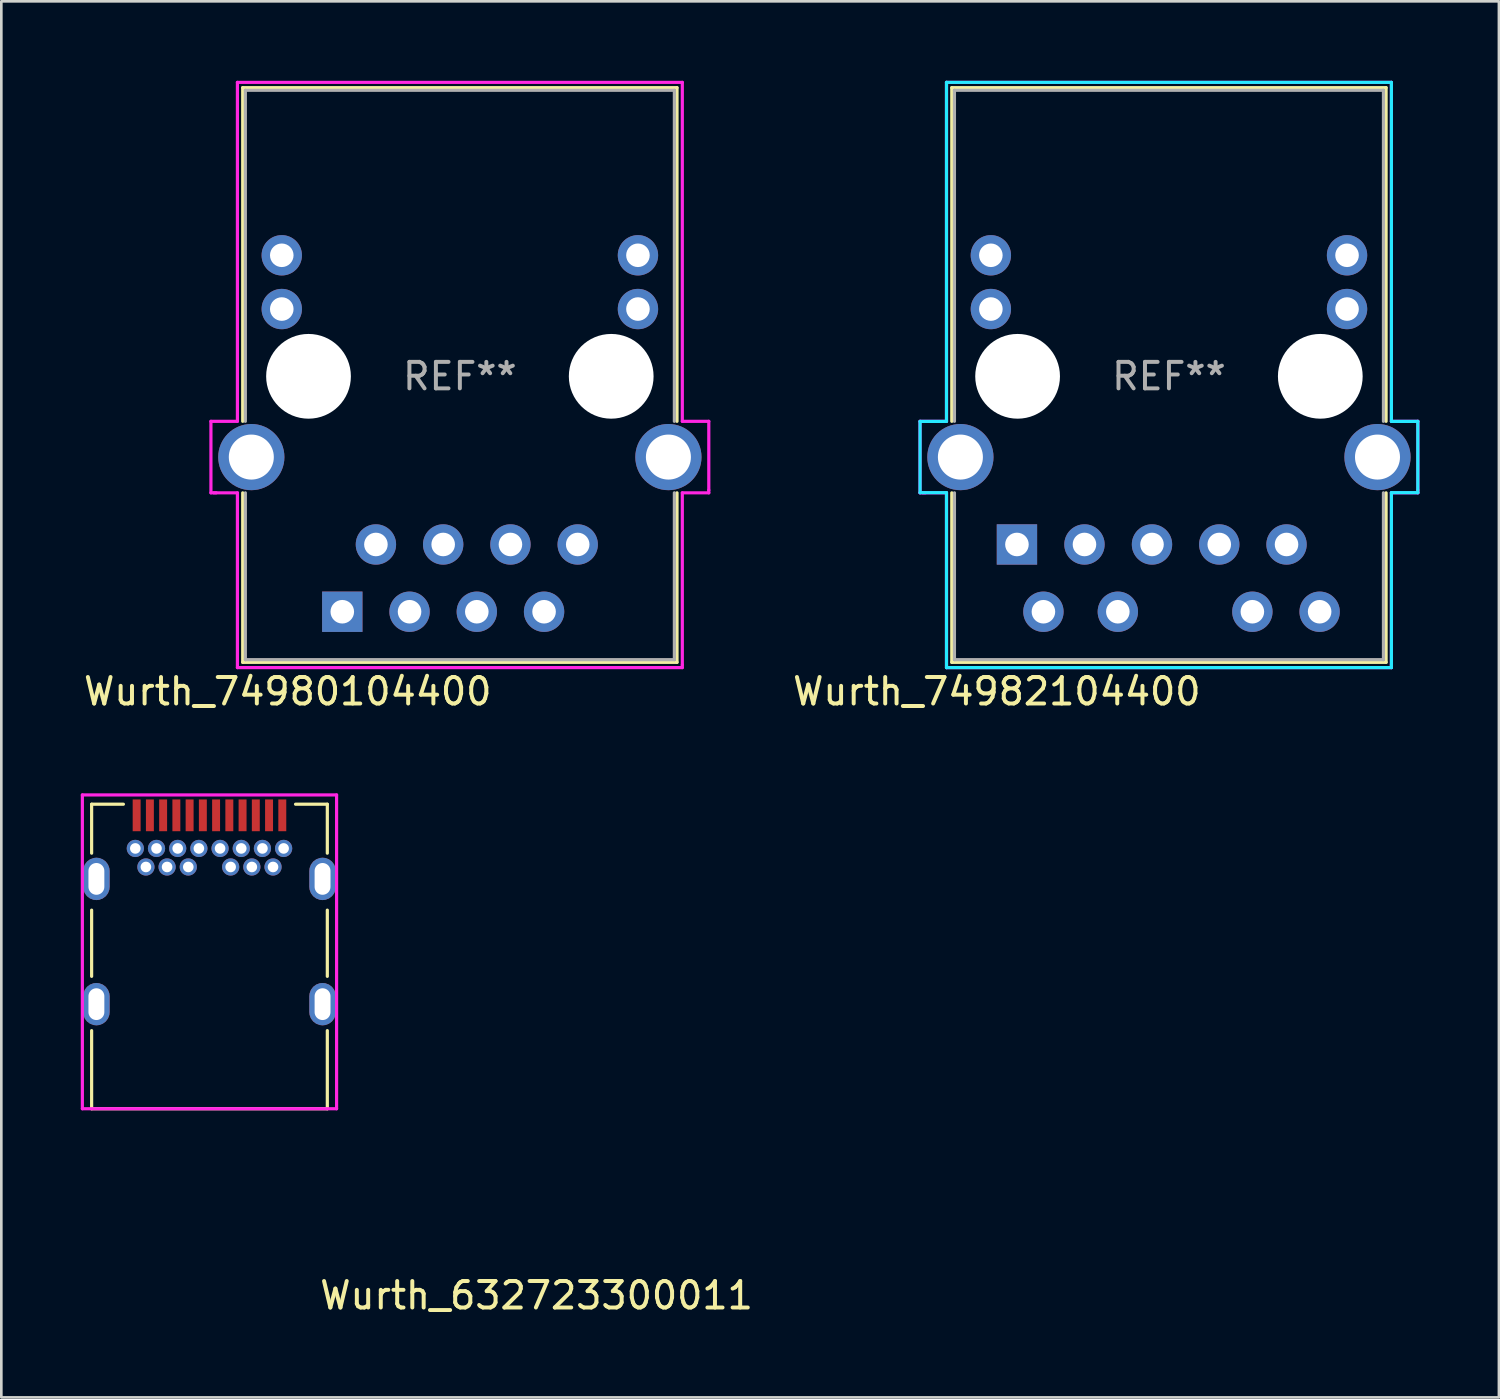
<source format=kicad_pcb>
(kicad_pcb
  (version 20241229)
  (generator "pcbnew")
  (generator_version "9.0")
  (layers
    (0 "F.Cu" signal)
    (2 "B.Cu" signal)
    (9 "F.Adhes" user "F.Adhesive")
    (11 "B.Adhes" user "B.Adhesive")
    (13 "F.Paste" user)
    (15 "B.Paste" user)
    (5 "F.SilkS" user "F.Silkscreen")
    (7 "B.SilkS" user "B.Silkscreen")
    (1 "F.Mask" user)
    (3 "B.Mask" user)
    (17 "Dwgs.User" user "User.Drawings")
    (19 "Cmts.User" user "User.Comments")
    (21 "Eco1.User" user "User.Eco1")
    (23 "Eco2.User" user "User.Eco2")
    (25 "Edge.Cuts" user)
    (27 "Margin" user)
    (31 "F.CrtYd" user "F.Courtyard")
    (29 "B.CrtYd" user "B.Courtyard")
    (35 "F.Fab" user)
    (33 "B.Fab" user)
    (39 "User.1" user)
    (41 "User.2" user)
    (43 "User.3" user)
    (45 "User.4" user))
  (footprint "Wurth_632723300011"
    (layer "F.Cu")
    (at 4.86 38.318)
    (property "Reference" "Wurth_632723300011" (at 12.35 7.55 0) (unlocked yes) (layer "F.SilkS") (effects (font (size 1 1) (thickness 0.15))))
    (attr smd)
    (fp_line (start -4.45 -11) (end -3.25 -11) (stroke (width 0.12) (type solid)) (layer "F.SilkS"))
    (fp_line (start -4.45 -9.15) (end -4.45 -11) (stroke (width 0.12) (type solid)) (layer "F.SilkS"))
    (fp_line (start -4.45 -4.5) (end -4.45 -7) (stroke (width 0.12) (type solid)) (layer "F.SilkS"))
    (fp_line (start -4.45 0.5) (end -4.45 -2.45) (stroke (width 0.12) (type solid)) (layer "F.SilkS"))
    (fp_line (start -4.45 0.5) (end 4.45 0.5) (stroke (width 0.12) (type solid)) (layer "F.SilkS"))
    (fp_line (start 4.45 -11) (end 3.25 -11) (stroke (width 0.12) (type solid)) (layer "F.SilkS"))
    (fp_line (start 4.45 -9.15) (end 4.45 -11) (stroke (width 0.12) (type solid)) (layer "F.SilkS"))
    (fp_line (start 4.45 -4.5) (end 4.45 -7) (stroke (width 0.12) (type solid)) (layer "F.SilkS"))
    (fp_line (start 4.45 0.5) (end 4.45 -2.45) (stroke (width 0.12) (type solid)) (layer "F.SilkS"))
    (fp_line (start -4.8 -11.35) (end -4.8 0.5) (stroke (width 0.12) (type solid)) (layer "F.CrtYd"))
    (fp_line (start -4.8 0.5) (end 4.8 0.5) (stroke (width 0.12) (type solid)) (layer "F.CrtYd"))
    (fp_line (start 4.8 -11.35) (end -4.8 -11.35) (stroke (width 0.12) (type solid)) (layer "F.CrtYd"))
    (fp_line (start 4.8 0.5) (end 4.8 -11.35) (stroke (width 0.12) (type solid)) (layer "F.CrtYd"))
    (pad "A1" smd rect (at -2.75 -10.58) (size 0.3 1.2) (layers "F.Cu" "F.Mask" "F.Paste"))
    (pad "A2" smd rect (at -2.25 -10.58) (size 0.3 1.2) (layers "F.Cu" "F.Mask" "F.Paste"))
    (pad "A3" smd rect (at -1.75 -10.58) (size 0.3 1.2) (layers "F.Cu" "F.Mask" "F.Paste"))
    (pad "A4" smd rect (at -1.25 -10.58) (size 0.3 1.2) (layers "F.Cu" "F.Mask" "F.Paste"))
    (pad "A5" smd rect (at -0.75 -10.58) (size 0.3 1.2) (layers "F.Cu" "F.Mask" "F.Paste"))
    (pad "A6" smd rect (at -0.25 -10.58) (size 0.3 1.2) (layers "F.Cu" "F.Mask" "F.Paste"))
    (pad "A7" smd rect (at 0.25 -10.58) (size 0.3 1.2) (layers "F.Cu" "F.Mask" "F.Paste"))
    (pad "A8" smd rect (at 0.75 -10.58) (size 0.3 1.2) (layers "F.Cu" "F.Mask" "F.Paste"))
    (pad "A9" smd rect (at 1.25 -10.58) (size 0.3 1.2) (layers "F.Cu" "F.Mask" "F.Paste"))
    (pad "A10" smd rect (at 1.75 -10.58) (size 0.3 1.2) (layers "F.Cu" "F.Mask" "F.Paste"))
    (pad "A11" smd rect (at 2.25 -10.58) (size 0.3 1.2) (layers "F.Cu" "F.Mask" "F.Paste"))
    (pad "A12" smd rect (at 2.75 -10.58) (size 0.3 1.2) (layers "F.Cu" "F.Mask" "F.Paste"))
    (pad "B1" thru_hole circle (at 2.8 -9.33) (size 0.65 0.65) (drill 0.4) (layers "*.Cu" "*.Mask"))
    (pad "B2" thru_hole circle (at 2.4 -8.63) (size 0.65 0.65) (drill 0.4) (layers "*.Cu" "*.Mask"))
    (pad "B3" thru_hole circle (at 1.6 -8.63) (size 0.65 0.65) (drill 0.4) (layers "*.Cu" "*.Mask"))
    (pad "B4" thru_hole circle (at 1.2 -9.33) (size 0.65 0.65) (drill 0.4) (layers "*.Cu" "*.Mask"))
    (pad "B5" thru_hole circle (at 0.8 -8.63) (size 0.65 0.65) (drill 0.4) (layers "*.Cu" "*.Mask"))
    (pad "B6" thru_hole circle (at 0.4 -9.33) (size 0.65 0.65) (drill 0.4) (layers "*.Cu" "*.Mask"))
    (pad "B7" thru_hole circle (at -0.4 -9.33) (size 0.65 0.65) (drill 0.4) (layers "*.Cu" "*.Mask"))
    (pad "B8" thru_hole circle (at -0.8 -8.63) (size 0.65 0.65) (drill 0.4) (layers "*.Cu" "*.Mask"))
    (pad "B9" thru_hole circle (at -1.2 -9.33) (size 0.65 0.65) (drill 0.4) (layers "*.Cu" "*.Mask"))
    (pad "B10" thru_hole circle (at -1.6 -8.63) (size 0.65 0.65) (drill 0.4) (layers "*.Cu" "*.Mask"))
    (pad "B11" thru_hole circle (at -2.4 -8.63) (size 0.65 0.65) (drill 0.4) (layers "*.Cu" "*.Mask"))
    (pad "B12" thru_hole circle (at -2.8 -9.33) (size 0.65 0.65) (drill 0.4) (layers "*.Cu" "*.Mask"))
    (pad "S1" thru_hole roundrect (at -4.27 -8.18) (size 1 1.6) (drill oval 0.6 1.2) (layers "*.Cu" "*.Mask") (roundrect_rratio 0.5))
    (pad "S1" thru_hole roundrect (at -4.27 -3.45) (size 1 1.6) (drill oval 0.6 1.2) (layers "*.Cu" "*.Mask") (roundrect_rratio 0.5))
    (pad "S1" thru_hole circle (at -2 -9.33) (size 0.65 0.65) (drill 0.4) (layers "*.Cu" "*.Mask"))
    (pad "S1" thru_hole circle (at 2 -9.33) (size 0.65 0.65) (drill 0.4) (layers "*.Cu" "*.Mask"))
    (pad "S1" thru_hole roundrect (at 4.27 -8.18) (size 1 1.6) (drill oval 0.6 1.2) (layers "*.Cu" "*.Mask") (roundrect_rratio 0.5))
    (pad "S1" thru_hole roundrect (at 4.27 -3.45) (size 1 1.6) (drill oval 0.6 1.2) (layers "*.Cu" "*.Mask") (roundrect_rratio 0.5)))
  (footprint "Wurth_74982104400"
    (layer "F.Cu")
    (at 41.091 11.16)
    (property "Reference" "Wurth_74982104400" (at -6.5 11.9 0) (layer "F.SilkS") (effects (font (size 1 1) (thickness 0.15))))
    (attr through_hole)
    (fp_line (start -8.2 -10.9) (end 8.2 -10.9) (stroke (width 0.12) (type solid)) (layer "F.SilkS"))
    (fp_line (start -8.2 1.7) (end -8.2 -10.9) (stroke (width 0.12) (type solid)) (layer "F.SilkS"))
    (fp_line (start -8.2 10.8) (end -8.2 4.4) (stroke (width 0.12) (type solid)) (layer "F.SilkS"))
    (fp_line (start 8.2 -10.9) (end 8.2 1.7) (stroke (width 0.12) (type solid)) (layer "F.SilkS"))
    (fp_line (start 8.2 4.4) (end 8.2 10.8) (stroke (width 0.12) (type solid)) (layer "F.SilkS"))
    (fp_line (start 8.2 10.8) (end -8.2 10.8) (stroke (width 0.12) (type solid)) (layer "F.SilkS"))
    (fp_line (start -9.398 1.702) (end -9.398 4.394) (stroke (width 0.12) (type solid)) (layer "B.CrtYd"))
    (fp_line (start -9.398 4.394) (end -8.4 4.394) (stroke (width 0.12) (type solid)) (layer "B.CrtYd"))
    (fp_line (start -8.4 -11.1) (end 8.4 -11.1) (stroke (width 0.12) (type solid)) (layer "B.CrtYd"))
    (fp_line (start -8.4 1.702) (end -9.398 1.702) (stroke (width 0.12) (type solid)) (layer "B.CrtYd"))
    (fp_line (start -8.4 1.702) (end -8.4 -11.1) (stroke (width 0.12) (type solid)) (layer "B.CrtYd"))
    (fp_line (start -8.4 11) (end -8.4 4.394) (stroke (width 0.12) (type solid)) (layer "B.CrtYd"))
    (fp_line (start 8.4 -11.1) (end 8.4 1.702) (stroke (width 0.12) (type solid)) (layer "B.CrtYd"))
    (fp_line (start 8.4 4.394) (end 8.4 11) (stroke (width 0.12) (type solid)) (layer "B.CrtYd"))
    (fp_line (start 8.4 4.394) (end 9.398 4.394) (stroke (width 0.12) (type solid)) (layer "B.CrtYd"))
    (fp_line (start 8.4 11) (end -8.4 11) (stroke (width 0.12) (type solid)) (layer "B.CrtYd"))
    (fp_line (start 9.398 1.702) (end 8.4 1.702) (stroke (width 0.12) (type solid)) (layer "B.CrtYd"))
    (fp_line (start 9.398 4.394) (end 9.398 1.702) (stroke (width 0.12) (type solid)) (layer "B.CrtYd"))
    (fp_line (start -9.4 1.7) (end -8.4 1.7) (stroke (width 0.12) (type solid)) (layer "F.CrtYd"))
    (fp_line (start -9.4 4.4) (end -9.4 1.7) (stroke (width 0.12) (type solid)) (layer "F.CrtYd"))
    (fp_line (start -9.2 4.4) (end -9.4 4.4) (stroke (width 0.12) (type solid)) (layer "F.CrtYd"))
    (fp_line (start -8.4 -11.1) (end 8.4 -11.1) (stroke (width 0.12) (type solid)) (layer "F.CrtYd"))
    (fp_line (start -8.4 1.7) (end -8.4 -11.1) (stroke (width 0.12) (type solid)) (layer "F.CrtYd"))
    (fp_line (start -8.4 4.4) (end -9.3 4.4) (stroke (width 0.12) (type solid)) (layer "F.CrtYd"))
    (fp_line (start -8.4 11) (end -8.4 4.4) (stroke (width 0.12) (type solid)) (layer "F.CrtYd"))
    (fp_line (start 8.4 -11.1) (end 8.4 1.7) (stroke (width 0.12) (type solid)) (layer "F.CrtYd"))
    (fp_line (start 8.4 1.7) (end 9.4 1.7) (stroke (width 0.12) (type solid)) (layer "F.CrtYd"))
    (fp_line (start 8.4 4.4) (end 8.4 10.9) (stroke (width 0.12) (type solid)) (layer "F.CrtYd"))
    (fp_line (start 8.4 10.9) (end 8.4 11) (stroke (width 0.12) (type solid)) (layer "F.CrtYd"))
    (fp_line (start 8.4 11) (end -8.4 11) (stroke (width 0.12) (type solid)) (layer "F.CrtYd"))
    (fp_line (start 9.4 1.7) (end 9.4 4.3) (stroke (width 0.12) (type solid)) (layer "F.CrtYd"))
    (fp_line (start 9.4 4.3) (end 9.4 4.4) (stroke (width 0.12) (type solid)) (layer "F.CrtYd"))
    (fp_line (start 9.4 4.4) (end 8.4 4.4) (stroke (width 0.12) (type solid)) (layer "F.CrtYd"))
    (fp_line (start -8.1 -10.8) (end 8.1 -10.8) (stroke (width 0.12) (type solid)) (layer "F.Fab"))
    (fp_line (start -8.1 1.7) (end -8.1 -10.8) (stroke (width 0.12) (type solid)) (layer "F.Fab"))
    (fp_line (start -8.1 10.7) (end -8.1 4.4) (stroke (width 0.12) (type solid)) (layer "F.Fab"))
    (fp_line (start 8.1 -10.8) (end 8.1 1.7) (stroke (width 0.12) (type solid)) (layer "F.Fab"))
    (fp_line (start 8.1 4.4) (end 8.1 10.7) (stroke (width 0.12) (type solid)) (layer "F.Fab"))
    (fp_line (start 8.1 10.7) (end -8.1 10.7) (stroke (width 0.12) (type solid)) (layer "F.Fab"))
    (fp_text user "REF**" (at 0 0 0) (layer "F.Fab") (effects (font (size 1 1) (thickness 0.15))))
    (pad "" np_thru_hole circle (at -5.715 0) (size 3.2 3.2) (drill 3.2) (layers "*.Cu" "*.Mask"))
    (pad "" np_thru_hole circle (at 5.715 0) (size 3.2 3.2) (drill 3.2) (layers "*.Cu" "*.Mask"))
    (pad "1" thru_hole rect (at -5.74 6.35) (size 1.524 1.524) (drill 0.89) (layers "*.Cu" "*.Mask"))
    (pad "2" thru_hole circle (at -4.74 8.89) (size 1.524 1.524) (drill 0.89) (layers "*.Cu" "*.Mask"))
    (pad "3" thru_hole circle (at -3.19 6.35) (size 1.524 1.524) (drill 0.89) (layers "*.Cu" "*.Mask"))
    (pad "4" thru_hole circle (at -1.93 8.89) (size 1.524 1.524) (drill 0.89) (layers "*.Cu" "*.Mask"))
    (pad "5" thru_hole circle (at -0.64 6.35) (size 1.524 1.524) (drill 0.89) (layers "*.Cu" "*.Mask"))
    (pad "7" thru_hole circle (at 1.9 6.35) (size 1.524 1.524) (drill 0.89) (layers "*.Cu" "*.Mask"))
    (pad "8" thru_hole circle (at 3.15 8.89) (size 1.524 1.524) (drill 0.89) (layers "*.Cu" "*.Mask"))
    (pad "9" thru_hole circle (at 4.44 6.35) (size 1.524 1.524) (drill 0.89) (layers "*.Cu" "*.Mask"))
    (pad "10" thru_hole circle (at 5.69 8.89) (size 1.524 1.524) (drill 0.89) (layers "*.Cu" "*.Mask"))
    (pad "11" thru_hole circle (at -6.725 -2.54) (size 1.524 1.524) (drill 0.89) (layers "*.Cu" "*.Mask"))
    (pad "12" thru_hole circle (at -6.725 -4.57) (size 1.524 1.524) (drill 0.89) (layers "*.Cu" "*.Mask"))
    (pad "13" thru_hole circle (at 6.725 -2.54) (size 1.524 1.524) (drill 0.89) (layers "*.Cu" "*.Mask"))
    (pad "14" thru_hole circle (at 6.725 -4.57) (size 1.524 1.524) (drill 0.89) (layers "*.Cu" "*.Mask"))
    (pad "SHD" thru_hole circle (at -7.875 3.05) (size 2.5 2.5) (drill 1.7) (layers "*.Cu" "*.Mask"))
    (pad "SHD" thru_hole circle (at 7.875 3.05) (size 2.5 2.5) (drill 1.7) (layers "*.Cu" "*.Mask")))
  (footprint "Wurth_74980104400"
    (layer "F.Cu")
    (at 14.315 11.16)
    (property "Reference" "Wurth_74980104400" (at -6.5 11.9 0) (layer "F.SilkS") (effects (font (size 1 1) (thickness 0.15))))
    (attr through_hole)
    (fp_line (start -8.2 -10.9) (end 8.2 -10.9) (stroke (width 0.12) (type solid)) (layer "F.SilkS"))
    (fp_line (start -8.2 1.7) (end -8.2 -10.9) (stroke (width 0.12) (type solid)) (layer "F.SilkS"))
    (fp_line (start -8.2 10.8) (end -8.2 4.4) (stroke (width 0.12) (type solid)) (layer "F.SilkS"))
    (fp_line (start 8.2 -10.9) (end 8.2 1.7) (stroke (width 0.12) (type solid)) (layer "F.SilkS"))
    (fp_line (start 8.2 4.4) (end 8.2 10.8) (stroke (width 0.12) (type solid)) (layer "F.SilkS"))
    (fp_line (start 8.2 10.8) (end -8.2 10.8) (stroke (width 0.12) (type solid)) (layer "F.SilkS"))
    (fp_line (start -9.4 1.7) (end -8.4 1.7) (stroke (width 0.12) (type solid)) (layer "F.CrtYd"))
    (fp_line (start -9.4 4.4) (end -9.4 1.7) (stroke (width 0.12) (type solid)) (layer "F.CrtYd"))
    (fp_line (start -9.2 4.4) (end -9.4 4.4) (stroke (width 0.12) (type solid)) (layer "F.CrtYd"))
    (fp_line (start -8.4 -11.1) (end 8.4 -11.1) (stroke (width 0.12) (type solid)) (layer "F.CrtYd"))
    (fp_line (start -8.4 1.7) (end -8.4 -11.1) (stroke (width 0.12) (type solid)) (layer "F.CrtYd"))
    (fp_line (start -8.4 4.4) (end -9.3 4.4) (stroke (width 0.12) (type solid)) (layer "F.CrtYd"))
    (fp_line (start -8.4 11) (end -8.4 4.4) (stroke (width 0.12) (type solid)) (layer "F.CrtYd"))
    (fp_line (start 8.4 -11.1) (end 8.4 1.7) (stroke (width 0.12) (type solid)) (layer "F.CrtYd"))
    (fp_line (start 8.4 1.7) (end 9.4 1.7) (stroke (width 0.12) (type solid)) (layer "F.CrtYd"))
    (fp_line (start 8.4 4.4) (end 8.4 10.9) (stroke (width 0.12) (type solid)) (layer "F.CrtYd"))
    (fp_line (start 8.4 10.9) (end 8.4 11) (stroke (width 0.12) (type solid)) (layer "F.CrtYd"))
    (fp_line (start 8.4 11) (end -8.4 11) (stroke (width 0.12) (type solid)) (layer "F.CrtYd"))
    (fp_line (start 9.4 1.7) (end 9.4 4.3) (stroke (width 0.12) (type solid)) (layer "F.CrtYd"))
    (fp_line (start 9.4 4.3) (end 9.4 4.4) (stroke (width 0.12) (type solid)) (layer "F.CrtYd"))
    (fp_line (start 9.4 4.4) (end 8.4 4.4) (stroke (width 0.12) (type solid)) (layer "F.CrtYd"))
    (fp_line (start -8.1 -10.8) (end 8.1 -10.8) (stroke (width 0.12) (type solid)) (layer "F.Fab"))
    (fp_line (start -8.1 1.7) (end -8.1 -10.8) (stroke (width 0.12) (type solid)) (layer "F.Fab"))
    (fp_line (start -8.1 10.7) (end -8.1 4.4) (stroke (width 0.12) (type solid)) (layer "F.Fab"))
    (fp_line (start 8.1 -10.8) (end 8.1 1.7) (stroke (width 0.12) (type solid)) (layer "F.Fab"))
    (fp_line (start 8.1 4.4) (end 8.1 10.7) (stroke (width 0.12) (type solid)) (layer "F.Fab"))
    (fp_line (start 8.1 10.7) (end -8.1 10.7) (stroke (width 0.12) (type solid)) (layer "F.Fab"))
    (fp_text user "REF**" (at 0 0 0) (layer "F.Fab") (effects (font (size 1 1) (thickness 0.15))))
    (pad "" np_thru_hole circle (at -5.715 0) (size 3.2 3.2) (drill 3.2) (layers "*.Cu" "*.Mask"))
    (pad "" np_thru_hole circle (at 5.715 0) (size 3.2 3.2) (drill 3.2) (layers "*.Cu" "*.Mask"))
    (pad "1" thru_hole rect (at -4.44 8.89) (size 1.524 1.524) (drill 0.89) (layers "*.Cu" "*.Mask"))
    (pad "2" thru_hole circle (at -3.17 6.35) (size 1.524 1.524) (drill 0.89) (layers "*.Cu" "*.Mask"))
    (pad "3" thru_hole circle (at -1.9 8.89) (size 1.524 1.524) (drill 0.89) (layers "*.Cu" "*.Mask"))
    (pad "4" thru_hole circle (at -0.63 6.35) (size 1.524 1.524) (drill 0.89) (layers "*.Cu" "*.Mask"))
    (pad "5" thru_hole circle (at 0.64 8.89) (size 1.524 1.524) (drill 0.89) (layers "*.Cu" "*.Mask"))
    (pad "6" thru_hole circle (at 1.91 6.35) (size 1.524 1.524) (drill 0.89) (layers "*.Cu" "*.Mask"))
    (pad "7" thru_hole circle (at 3.18 8.89) (size 1.524 1.524) (drill 0.89) (layers "*.Cu" "*.Mask"))
    (pad "8" thru_hole circle (at 4.45 6.35) (size 1.524 1.524) (drill 0.89) (layers "*.Cu" "*.Mask"))
    (pad "9" thru_hole circle (at -6.725 -2.54) (size 1.524 1.524) (drill 0.89) (layers "*.Cu" "*.Mask"))
    (pad "10" thru_hole circle (at -6.725 -4.57) (size 1.524 1.524) (drill 0.89) (layers "*.Cu" "*.Mask"))
    (pad "11" thru_hole circle (at 6.725 -2.54) (size 1.524 1.524) (drill 0.89) (layers "*.Cu" "*.Mask"))
    (pad "12" thru_hole circle (at 6.725 -4.57) (size 1.524 1.524) (drill 0.89) (layers "*.Cu" "*.Mask"))
    (pad "SHD" thru_hole circle (at -7.875 3.05) (size 2.5 2.5) (drill 1.7) (layers "*.Cu" "*.Mask"))
    (pad "SHD" thru_hole circle (at 7.875 3.05) (size 2.5 2.5) (drill 1.7) (layers "*.Cu" "*.Mask")))
  (gr_rect
    (start -3 -3)
    (end 53.551 49.717)
    (stroke (width 0.1) (type default))
    (fill no)
    (layer "Edge.Cuts")))
</source>
